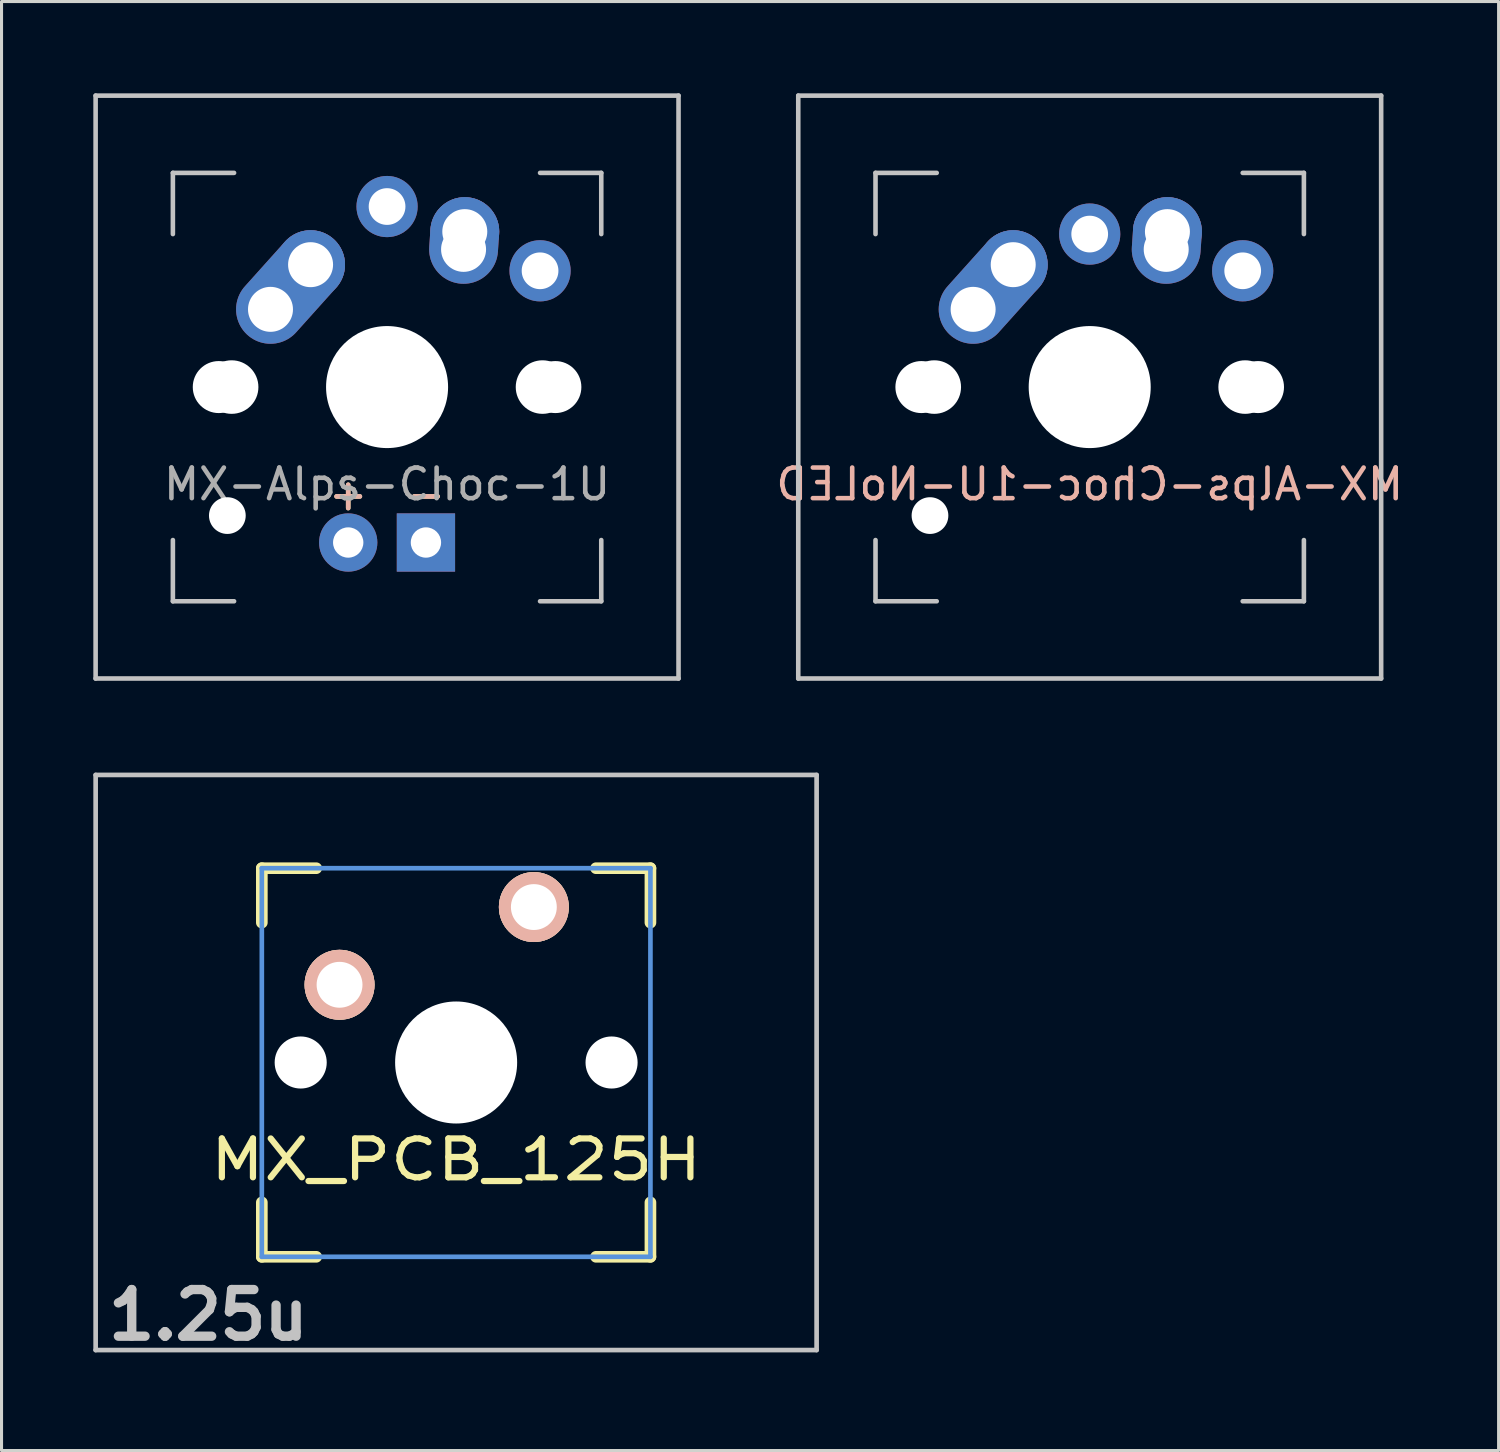
<source format=kicad_pcb>
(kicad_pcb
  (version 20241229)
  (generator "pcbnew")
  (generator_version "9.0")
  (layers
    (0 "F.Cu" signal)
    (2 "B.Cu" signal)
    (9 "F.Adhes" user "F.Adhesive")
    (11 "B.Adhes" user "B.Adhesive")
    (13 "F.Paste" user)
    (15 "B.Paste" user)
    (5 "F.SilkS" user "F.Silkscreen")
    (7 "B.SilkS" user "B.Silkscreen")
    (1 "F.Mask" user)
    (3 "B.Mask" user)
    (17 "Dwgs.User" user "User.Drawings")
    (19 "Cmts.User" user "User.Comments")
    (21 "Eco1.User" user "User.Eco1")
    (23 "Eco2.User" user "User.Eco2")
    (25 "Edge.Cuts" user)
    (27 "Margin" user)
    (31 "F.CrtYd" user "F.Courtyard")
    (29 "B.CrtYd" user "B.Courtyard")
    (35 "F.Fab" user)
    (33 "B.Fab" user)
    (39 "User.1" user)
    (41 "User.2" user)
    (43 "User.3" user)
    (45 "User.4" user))
  (footprint "MX-Alps-Choc-1U-NoLED"
    (layer "F.Cu")
    (at 32.563 9.6)
    (property "Reference" "MX-Alps-Choc-1U-NoLED" (at 0 3.175 0) (layer "B.SilkS") (effects (font (size 1 1) (thickness 0.15)) (justify mirror)))
    (attr through_hole)
    (fp_line (start -9.525 -9.525) (end 9.525 -9.525) (stroke (width 0.15) (type solid)) (layer "Dwgs.User"))
    (fp_line (start -9.525 9.525) (end -9.525 -9.525) (stroke (width 0.15) (type solid)) (layer "Dwgs.User"))
    (fp_line (start -7 -7) (end -7 -5) (stroke (width 0.15) (type solid)) (layer "Dwgs.User"))
    (fp_line (start -7 5) (end -7 7) (stroke (width 0.15) (type solid)) (layer "Dwgs.User"))
    (fp_line (start -7 7) (end -5 7) (stroke (width 0.15) (type solid)) (layer "Dwgs.User"))
    (fp_line (start -5 -7) (end -7 -7) (stroke (width 0.15) (type solid)) (layer "Dwgs.User"))
    (fp_line (start 5 -7) (end 7 -7) (stroke (width 0.15) (type solid)) (layer "Dwgs.User"))
    (fp_line (start 5 7) (end 7 7) (stroke (width 0.15) (type solid)) (layer "Dwgs.User"))
    (fp_line (start 7 -7) (end 7 -5) (stroke (width 0.15) (type solid)) (layer "Dwgs.User"))
    (fp_line (start 7 7) (end 7 5) (stroke (width 0.15) (type solid)) (layer "Dwgs.User"))
    (fp_line (start 9.525 -9.525) (end 9.525 9.525) (stroke (width 0.15) (type solid)) (layer "Dwgs.User"))
    (fp_line (start 9.525 9.525) (end -9.525 9.525) (stroke (width 0.15) (type solid)) (layer "Dwgs.User"))
    (pad "" np_thru_hole circle (at -5.5 0 48.1) (size 1.7 1.7) (drill 1.7) (layers "*.Cu" "*.Mask"))
    (pad "" np_thru_hole circle (at -5.22 4.2 48.1) (size 1.2 1.2) (drill 1.2) (layers "*.Cu" "*.Mask"))
    (pad "" np_thru_hole circle (at -5.08 0 48.1) (size 1.75 1.75) (drill 1.75) (layers "*.Cu" "*.Mask"))
    (pad "" np_thru_hole circle (at 0 0) (size 3.988 3.988) (drill 3.988) (layers "*.Cu" "*.Mask"))
    (pad "" np_thru_hole circle (at 5.08 0 48.1) (size 1.75 1.75) (drill 1.75) (layers "*.Cu" "*.Mask"))
    (pad "" np_thru_hole circle (at 5.5 0 48.1) (size 1.7 1.7) (drill 1.7) (layers "*.Cu" "*.Mask"))
    (pad "1" thru_hole circle (at 0 -5) (size 2 2) (drill 1.2) (layers "*.Cu" "*.Mask"))
    (pad "1" thru_hole oval (at 2.5 -4.5 86.1) (size 2.831 2.25) (drill 1.47 (offset 0.291 0)) (layers "*.Cu" "*.Mask"))
    (pad "1" thru_hole circle (at 2.54 -5.08) (size 2.25 2.25) (drill 1.47) (layers "*.Cu" "*.Mask"))
    (pad "2" thru_hole oval (at -3.81 -2.54 48.1) (size 4.212 2.25) (drill 1.47 (offset 0.981 0)) (layers "*.Cu" "*.Mask"))
    (pad "2" thru_hole circle (at -2.5 -4) (size 2.25 2.25) (drill 1.47) (layers "*.Cu" "*.Mask"))
    (pad "2" thru_hole circle (at 5 -3.8) (size 2 2) (drill 1.2) (layers "*.Cu" "*.Mask")))
  (footprint "MX_PCB_125H"
    (layer "F.Cu")
    (at 11.857 31.674)
    (property "Reference" "MX_PCB_125H" (at 0 3.175 0) (layer "F.SilkS") (effects (font (size 1.27 1.524) (thickness 0.203))))
    (attr through_hole)
    (fp_line (start -6.35 -6.35) (end -4.572 -6.35) (stroke (width 0.381) (type solid)) (layer "F.SilkS"))
    (fp_line (start -6.35 -4.572) (end -6.35 -6.35) (stroke (width 0.381) (type solid)) (layer "F.SilkS"))
    (fp_line (start -6.35 6.35) (end -6.35 4.572) (stroke (width 0.381) (type solid)) (layer "F.SilkS"))
    (fp_line (start -4.572 6.35) (end -6.35 6.35) (stroke (width 0.381) (type solid)) (layer "F.SilkS"))
    (fp_line (start 4.572 -6.35) (end 6.35 -6.35) (stroke (width 0.381) (type solid)) (layer "F.SilkS"))
    (fp_line (start 6.35 -6.35) (end 6.35 -4.572) (stroke (width 0.381) (type solid)) (layer "F.SilkS"))
    (fp_line (start 6.35 4.572) (end 6.35 6.35) (stroke (width 0.381) (type solid)) (layer "F.SilkS"))
    (fp_line (start 6.35 6.35) (end 4.572 6.35) (stroke (width 0.381) (type solid)) (layer "F.SilkS"))
    (fp_line (start -11.781 -9.398) (end 11.781 -9.398) (stroke (width 0.152) (type solid)) (layer "Dwgs.User"))
    (fp_line (start -11.781 9.398) (end -11.781 -9.398) (stroke (width 0.152) (type solid)) (layer "Dwgs.User"))
    (fp_line (start 11.781 -9.398) (end 11.781 9.398) (stroke (width 0.152) (type solid)) (layer "Dwgs.User"))
    (fp_line (start 11.781 9.398) (end -11.781 9.398) (stroke (width 0.152) (type solid)) (layer "Dwgs.User"))
    (fp_line (start -6.35 -6.35) (end 6.35 -6.35) (stroke (width 0.152) (type solid)) (layer "Cmts.User"))
    (fp_line (start -6.35 6.35) (end -6.35 -6.35) (stroke (width 0.152) (type solid)) (layer "Cmts.User"))
    (fp_line (start 6.35 -6.35) (end 6.35 6.35) (stroke (width 0.152) (type solid)) (layer "Cmts.User"))
    (fp_line (start 6.35 6.35) (end -6.35 6.35) (stroke (width 0.152) (type solid)) (layer "Cmts.User"))
    (fp_line (start -6.985 -6.985) (end 6.985 -6.985) (stroke (width 0.152) (type solid)) (layer "Eco2.User"))
    (fp_line (start -6.985 6.985) (end -6.985 -6.985) (stroke (width 0.152) (type solid)) (layer "Eco2.User"))
    (fp_line (start 6.985 -6.985) (end 6.985 6.985) (stroke (width 0.152) (type solid)) (layer "Eco2.User"))
    (fp_line (start 6.985 6.985) (end -6.985 6.985) (stroke (width 0.152) (type solid)) (layer "Eco2.User"))
    (fp_text user "1.25u" (at -8.098 8.255 0) (layer "Dwgs.User") (effects (font (size 1.524 1.524) (thickness 0.305))))
    (pad "" np_thru_hole circle (at -5.08 0) (size 1.702 1.702) (drill 1.702) (layers "*.Cu"))
    (pad "" np_thru_hole circle (at 0 0) (size 3.988 3.988) (drill 3.988) (layers "*.Cu"))
    (pad "" np_thru_hole circle (at 5.08 0) (size 1.702 1.702) (drill 1.702) (layers "*.Cu"))
    (pad "1" thru_hole circle (at 2.54 -5.08) (size 2.286 2.286) (drill 1.499) (layers "*.Cu" "*.SilkS" "*.Mask"))
    (pad "2" thru_hole circle (at -3.81 -2.54) (size 2.286 2.286) (drill 1.499) (layers "*.Cu" "*.SilkS" "*.Mask")))
  (footprint "MX-Alps-Choc-1U"
    (layer "F.Cu")
    (at 9.6 9.6)
    (property "Reference" "MX-Alps-Choc-1U" (at 0 3.175 0) (layer "F.Fab") (effects (font (size 1 1) (thickness 0.15))))
    (attr through_hole)
    (fp_line (start -9.525 -9.525) (end 9.525 -9.525) (stroke (width 0.15) (type solid)) (layer "Dwgs.User"))
    (fp_line (start -9.525 9.525) (end -9.525 -9.525) (stroke (width 0.15) (type solid)) (layer "Dwgs.User"))
    (fp_line (start -7 -7) (end -7 -5) (stroke (width 0.15) (type solid)) (layer "Dwgs.User"))
    (fp_line (start -7 5) (end -7 7) (stroke (width 0.15) (type solid)) (layer "Dwgs.User"))
    (fp_line (start -7 7) (end -5 7) (stroke (width 0.15) (type solid)) (layer "Dwgs.User"))
    (fp_line (start -5 -7) (end -7 -7) (stroke (width 0.15) (type solid)) (layer "Dwgs.User"))
    (fp_line (start 5 -7) (end 7 -7) (stroke (width 0.15) (type solid)) (layer "Dwgs.User"))
    (fp_line (start 5 7) (end 7 7) (stroke (width 0.15) (type solid)) (layer "Dwgs.User"))
    (fp_line (start 7 -7) (end 7 -5) (stroke (width 0.15) (type solid)) (layer "Dwgs.User"))
    (fp_line (start 7 7) (end 7 5) (stroke (width 0.15) (type solid)) (layer "Dwgs.User"))
    (fp_line (start 9.525 -9.525) (end 9.525 9.525) (stroke (width 0.15) (type solid)) (layer "Dwgs.User"))
    (fp_line (start 9.525 9.525) (end -9.525 9.525) (stroke (width 0.15) (type solid)) (layer "Dwgs.User"))
    (fp_text user "-" (at 1.27 3.5 0) (layer "F.SilkS") (effects (font (size 1 1) (thickness 0.15))))
    (fp_text user "+" (at -1.27 3.5 0) (layer "F.SilkS") (effects (font (size 1 1) (thickness 0.15))))
    (fp_text user "-" (at 1.27 3.5 0) (layer "B.SilkS") (effects (font (size 1 1) (thickness 0.15))))
    (fp_text user "+" (at -1.27 3.5 0) (layer "B.SilkS") (effects (font (size 1 1) (thickness 0.15))))
    (pad "" np_thru_hole circle (at -5.5 0 48.1) (size 1.7 1.7) (drill 1.7) (layers "*.Cu" "*.Mask"))
    (pad "" np_thru_hole circle (at -5.22 4.2 48.1) (size 1.2 1.2) (drill 1.2) (layers "*.Cu" "*.Mask"))
    (pad "" np_thru_hole circle (at -5.08 0 48.1) (size 1.75 1.75) (drill 1.75) (layers "*.Cu" "*.Mask"))
    (pad "" np_thru_hole circle (at 0 0) (size 3.988 3.988) (drill 3.988) (layers "*.Cu" "*.Mask"))
    (pad "" np_thru_hole circle (at 5.08 0 48.1) (size 1.75 1.75) (drill 1.75) (layers "*.Cu" "*.Mask"))
    (pad "" np_thru_hole circle (at 5.5 0 48.1) (size 1.7 1.7) (drill 1.7) (layers "*.Cu" "*.Mask"))
    (pad "1" thru_hole oval (at 2.5 -4.5 86.1) (size 2.831 2.25) (drill 1.47 (offset 0.291 0)) (layers "*.Cu" "*.Mask"))
    (pad "1" thru_hole circle (at 2.54 -5.08) (size 2.25 2.25) (drill 1.47) (layers "*.Cu" "*.Mask"))
    (pad "1" thru_hole circle (at 5 -3.8) (size 2 2) (drill 1.2) (layers "*.Cu" "*.Mask"))
    (pad "2" thru_hole oval (at -3.81 -2.54 48.1) (size 4.212 2.25) (drill 1.47 (offset 0.981 0)) (layers "*.Cu" "*.Mask"))
    (pad "2" thru_hole circle (at -2.5 -4) (size 2.25 2.25) (drill 1.47) (layers "*.Cu" "*.Mask"))
    (pad "2" thru_hole circle (at 0 -5.9) (size 2 2) (drill 1.2) (layers "*.Cu" "*.Mask"))
    (pad "3" thru_hole circle (at -1.27 5.08) (size 1.905 1.905) (drill 0.991) (layers "*.Cu" "*.Mask"))
    (pad "4" thru_hole rect (at 1.27 5.08) (size 1.905 1.905) (drill 0.991) (layers "*.Cu" "*.Mask")))
  (gr_rect
    (start -3 -3)
    (end 45.926 44.356)
    (stroke (width 0.1) (type default))
    (fill no)
    (layer "Edge.Cuts")))
</source>
